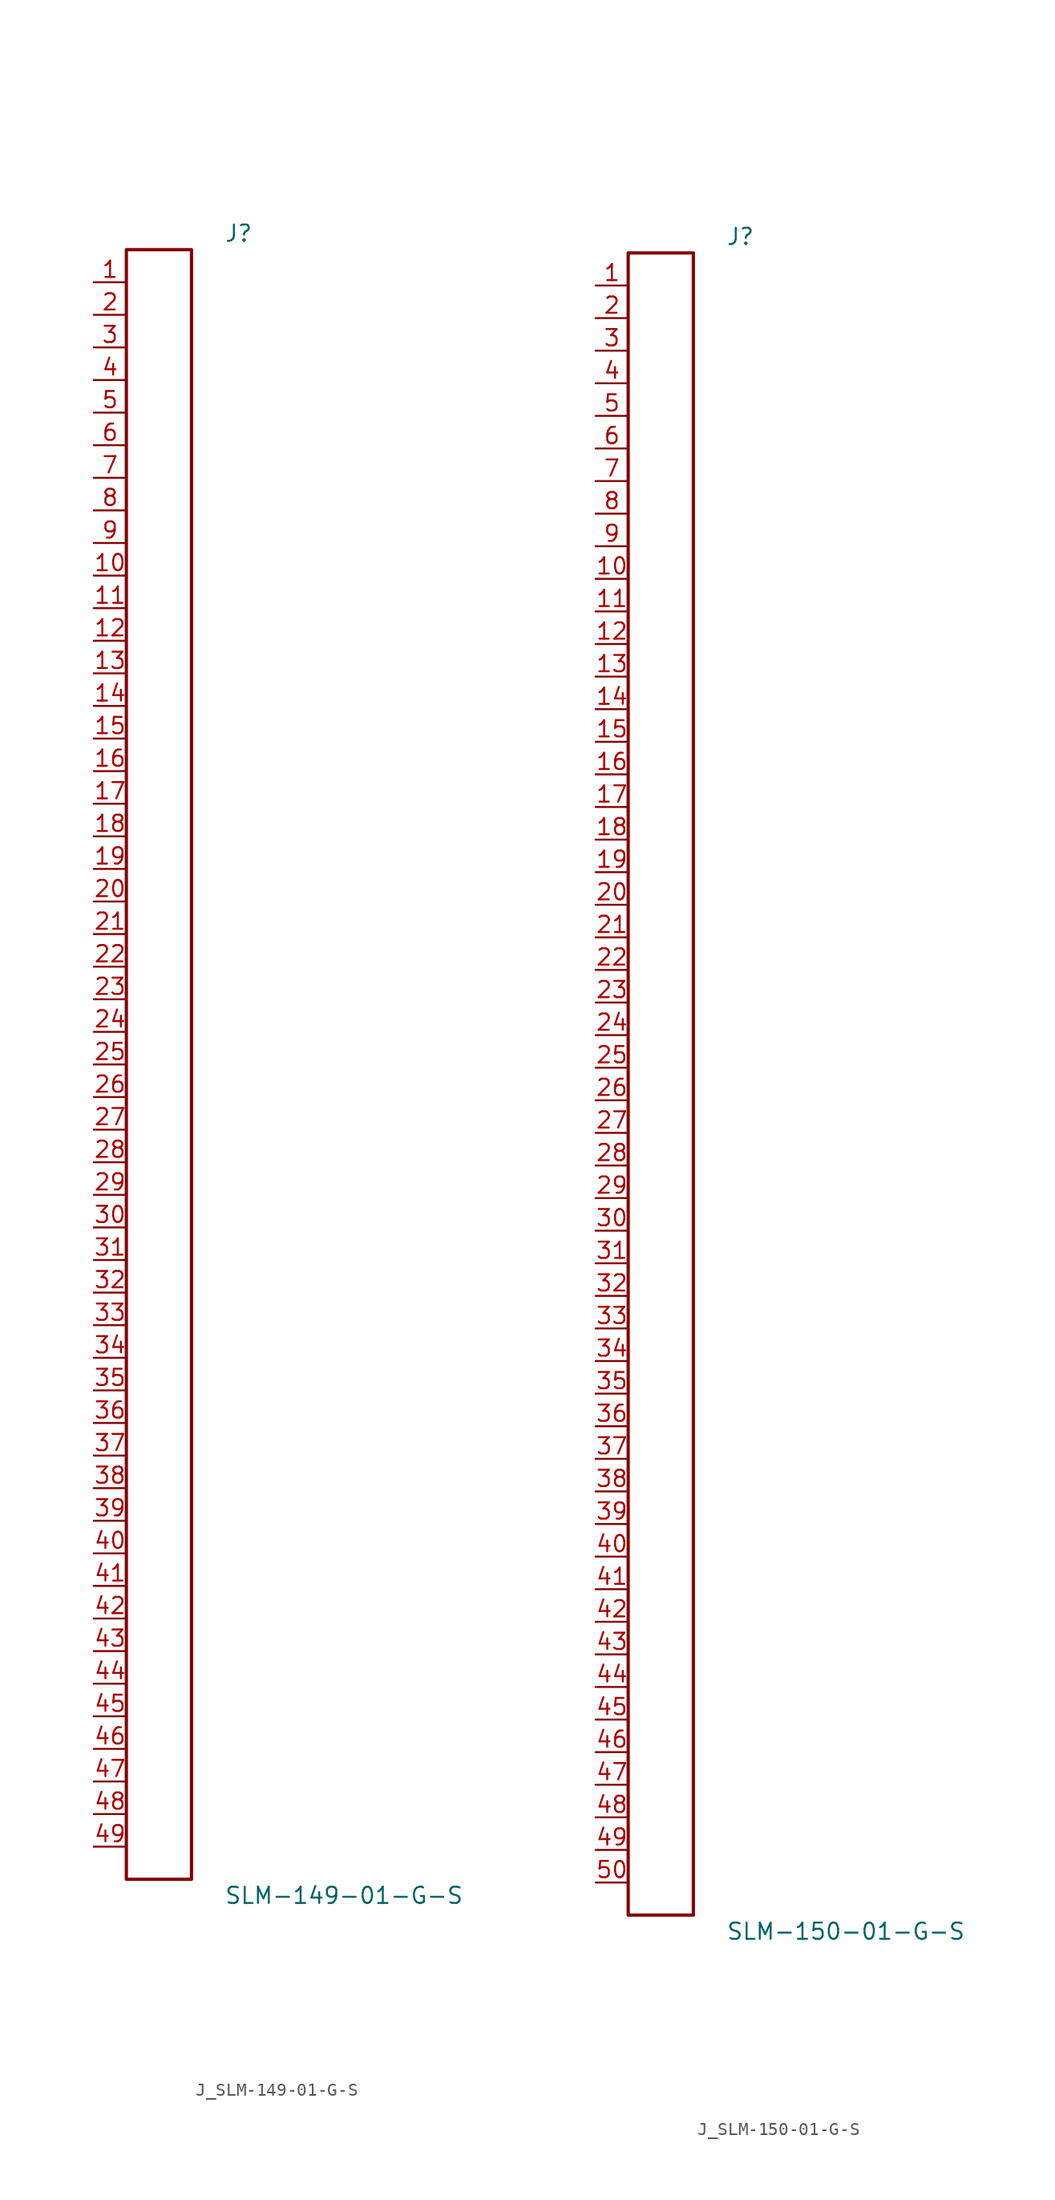
<source format=kicad_sym>
(kicad_symbol_lib
  (version 20231120)
  (generator kicad_symbol_editor)
  (generator_version 8.0)
  (symbol "J_SLM-149-01-G-S"
    (pin_names
      (offset 0.254))
    (property "Reference" "J"
      (at 5.08 64.77 0)
      (effects (font (size 1.27 1.27)) (justify left)))
    (property "Value" "SLM-149-01-G-S"
      (at 5.08 -64.77 0)
      (effects (font (size 1.27 1.27)) (justify left)))
    (symbol "J_SLM-149-01-G-S_0_0"
      (pin passive line (at -5.08 60.96 0) (length 2.54) (name "" (effects (font (size 1.27 1.27)))) (number "1" (effects (font (size 1.27 1.27)))))
      (pin passive line (at -5.08 58.42 0) (length 2.54) (name "" (effects (font (size 1.27 1.27)))) (number "2" (effects (font (size 1.27 1.27)))))
      (pin passive line (at -5.08 55.88 0) (length 2.54) (name "" (effects (font (size 1.27 1.27)))) (number "3" (effects (font (size 1.27 1.27)))))
      (pin passive line (at -5.08 53.34 0) (length 2.54) (name "" (effects (font (size 1.27 1.27)))) (number "4" (effects (font (size 1.27 1.27)))))
      (pin passive line (at -5.08 50.8 0) (length 2.54) (name "" (effects (font (size 1.27 1.27)))) (number "5" (effects (font (size 1.27 1.27)))))
      (pin passive line (at -5.08 48.26 0) (length 2.54) (name "" (effects (font (size 1.27 1.27)))) (number "6" (effects (font (size 1.27 1.27)))))
      (pin passive line (at -5.08 45.72 0) (length 2.54) (name "" (effects (font (size 1.27 1.27)))) (number "7" (effects (font (size 1.27 1.27)))))
      (pin passive line (at -5.08 43.18 0) (length 2.54) (name "" (effects (font (size 1.27 1.27)))) (number "8" (effects (font (size 1.27 1.27)))))
      (pin passive line (at -5.08 40.64 0) (length 2.54) (name "" (effects (font (size 1.27 1.27)))) (number "9" (effects (font (size 1.27 1.27)))))
      (pin passive line (at -5.08 38.1 0) (length 2.54) (name "" (effects (font (size 1.27 1.27)))) (number "10" (effects (font (size 1.27 1.27)))))
      (pin passive line (at -5.08 35.56 0) (length 2.54) (name "" (effects (font (size 1.27 1.27)))) (number "11" (effects (font (size 1.27 1.27)))))
      (pin passive line (at -5.08 33.02 0) (length 2.54) (name "" (effects (font (size 1.27 1.27)))) (number "12" (effects (font (size 1.27 1.27)))))
      (pin passive line (at -5.08 30.48 0) (length 2.54) (name "" (effects (font (size 1.27 1.27)))) (number "13" (effects (font (size 1.27 1.27)))))
      (pin passive line (at -5.08 27.94 0) (length 2.54) (name "" (effects (font (size 1.27 1.27)))) (number "14" (effects (font (size 1.27 1.27)))))
      (pin passive line (at -5.08 25.4 0) (length 2.54) (name "" (effects (font (size 1.27 1.27)))) (number "15" (effects (font (size 1.27 1.27)))))
      (pin passive line (at -5.08 22.86 0) (length 2.54) (name "" (effects (font (size 1.27 1.27)))) (number "16" (effects (font (size 1.27 1.27)))))
      (pin passive line (at -5.08 20.32 0) (length 2.54) (name "" (effects (font (size 1.27 1.27)))) (number "17" (effects (font (size 1.27 1.27)))))
      (pin passive line (at -5.08 17.78 0) (length 2.54) (name "" (effects (font (size 1.27 1.27)))) (number "18" (effects (font (size 1.27 1.27)))))
      (pin passive line (at -5.08 15.24 0) (length 2.54) (name "" (effects (font (size 1.27 1.27)))) (number "19" (effects (font (size 1.27 1.27)))))
      (pin passive line (at -5.08 12.7 0) (length 2.54) (name "" (effects (font (size 1.27 1.27)))) (number "20" (effects (font (size 1.27 1.27)))))
      (pin passive line (at -5.08 10.16 0) (length 2.54) (name "" (effects (font (size 1.27 1.27)))) (number "21" (effects (font (size 1.27 1.27)))))
      (pin passive line (at -5.08 7.62 0) (length 2.54) (name "" (effects (font (size 1.27 1.27)))) (number "22" (effects (font (size 1.27 1.27)))))
      (pin passive line (at -5.08 5.08 0) (length 2.54) (name "" (effects (font (size 1.27 1.27)))) (number "23" (effects (font (size 1.27 1.27)))))
      (pin passive line (at -5.08 2.54 0) (length 2.54) (name "" (effects (font (size 1.27 1.27)))) (number "24" (effects (font (size 1.27 1.27)))))
      (pin passive line (at -5.08 0.0 0) (length 2.54) (name "" (effects (font (size 1.27 1.27)))) (number "25" (effects (font (size 1.27 1.27)))))
      (pin passive line (at -5.08 -2.54 0) (length 2.54) (name "" (effects (font (size 1.27 1.27)))) (number "26" (effects (font (size 1.27 1.27)))))
      (pin passive line (at -5.08 -5.08 0) (length 2.54) (name "" (effects (font (size 1.27 1.27)))) (number "27" (effects (font (size 1.27 1.27)))))
      (pin passive line (at -5.08 -7.62 0) (length 2.54) (name "" (effects (font (size 1.27 1.27)))) (number "28" (effects (font (size 1.27 1.27)))))
      (pin passive line (at -5.08 -10.16 0) (length 2.54) (name "" (effects (font (size 1.27 1.27)))) (number "29" (effects (font (size 1.27 1.27)))))
      (pin passive line (at -5.08 -12.7 0) (length 2.54) (name "" (effects (font (size 1.27 1.27)))) (number "30" (effects (font (size 1.27 1.27)))))
      (pin passive line (at -5.08 -15.24 0) (length 2.54) (name "" (effects (font (size 1.27 1.27)))) (number "31" (effects (font (size 1.27 1.27)))))
      (pin passive line (at -5.08 -17.78 0) (length 2.54) (name "" (effects (font (size 1.27 1.27)))) (number "32" (effects (font (size 1.27 1.27)))))
      (pin passive line (at -5.08 -20.32 0) (length 2.54) (name "" (effects (font (size 1.27 1.27)))) (number "33" (effects (font (size 1.27 1.27)))))
      (pin passive line (at -5.08 -22.86 0) (length 2.54) (name "" (effects (font (size 1.27 1.27)))) (number "34" (effects (font (size 1.27 1.27)))))
      (pin passive line (at -5.08 -25.4 0) (length 2.54) (name "" (effects (font (size 1.27 1.27)))) (number "35" (effects (font (size 1.27 1.27)))))
      (pin passive line (at -5.08 -27.94 0) (length 2.54) (name "" (effects (font (size 1.27 1.27)))) (number "36" (effects (font (size 1.27 1.27)))))
      (pin passive line (at -5.08 -30.48 0) (length 2.54) (name "" (effects (font (size 1.27 1.27)))) (number "37" (effects (font (size 1.27 1.27)))))
      (pin passive line (at -5.08 -33.02 0) (length 2.54) (name "" (effects (font (size 1.27 1.27)))) (number "38" (effects (font (size 1.27 1.27)))))
      (pin passive line (at -5.08 -35.56 0) (length 2.54) (name "" (effects (font (size 1.27 1.27)))) (number "39" (effects (font (size 1.27 1.27)))))
      (pin passive line (at -5.08 -38.1 0) (length 2.54) (name "" (effects (font (size 1.27 1.27)))) (number "40" (effects (font (size 1.27 1.27)))))
      (pin passive line (at -5.08 -40.64 0) (length 2.54) (name "" (effects (font (size 1.27 1.27)))) (number "41" (effects (font (size 1.27 1.27)))))
      (pin passive line (at -5.08 -43.18 0) (length 2.54) (name "" (effects (font (size 1.27 1.27)))) (number "42" (effects (font (size 1.27 1.27)))))
      (pin passive line (at -5.08 -45.72 0) (length 2.54) (name "" (effects (font (size 1.27 1.27)))) (number "43" (effects (font (size 1.27 1.27)))))
      (pin passive line (at -5.08 -48.26 0) (length 2.54) (name "" (effects (font (size 1.27 1.27)))) (number "44" (effects (font (size 1.27 1.27)))))
      (pin passive line (at -5.08 -50.8 0) (length 2.54) (name "" (effects (font (size 1.27 1.27)))) (number "45" (effects (font (size 1.27 1.27)))))
      (pin passive line (at -5.08 -53.34 0) (length 2.54) (name "" (effects (font (size 1.27 1.27)))) (number "46" (effects (font (size 1.27 1.27)))))
      (pin passive line (at -5.08 -55.88 0) (length 2.54) (name "" (effects (font (size 1.27 1.27)))) (number "47" (effects (font (size 1.27 1.27)))))
      (pin passive line (at -5.08 -58.42 0) (length 2.54) (name "" (effects (font (size 1.27 1.27)))) (number "48" (effects (font (size 1.27 1.27)))))
      (pin passive line (at -5.08 -60.96 0) (length 2.54) (name "" (effects (font (size 1.27 1.27)))) (number "49" (effects (font (size 1.27 1.27))))))
    (symbol "J_SLM-149-01-G-S_1_0"
      (rectangle (start -2.54 63.5) (end 2.54 -63.5) (stroke (width 0.254) (type solid)) (fill (type none)))))
  (symbol "J_SLM-150-01-G-S"
    (pin_names
      (offset 0.254))
    (property "Reference" "J"
      (at 5.08 66.04 0)
      (effects (font (size 1.27 1.27)) (justify left)))
    (property "Value" "SLM-150-01-G-S"
      (at 5.08 -66.04 0)
      (effects (font (size 1.27 1.27)) (justify left)))
    (symbol "J_SLM-150-01-G-S_0_0"
      (pin passive line (at -5.08 62.23 0) (length 2.54) (name "" (effects (font (size 1.27 1.27)))) (number "1" (effects (font (size 1.27 1.27)))))
      (pin passive line (at -5.08 59.69 0) (length 2.54) (name "" (effects (font (size 1.27 1.27)))) (number "2" (effects (font (size 1.27 1.27)))))
      (pin passive line (at -5.08 57.15 0) (length 2.54) (name "" (effects (font (size 1.27 1.27)))) (number "3" (effects (font (size 1.27 1.27)))))
      (pin passive line (at -5.08 54.61 0) (length 2.54) (name "" (effects (font (size 1.27 1.27)))) (number "4" (effects (font (size 1.27 1.27)))))
      (pin passive line (at -5.08 52.07 0) (length 2.54) (name "" (effects (font (size 1.27 1.27)))) (number "5" (effects (font (size 1.27 1.27)))))
      (pin passive line (at -5.08 49.53 0) (length 2.54) (name "" (effects (font (size 1.27 1.27)))) (number "6" (effects (font (size 1.27 1.27)))))
      (pin passive line (at -5.08 46.99 0) (length 2.54) (name "" (effects (font (size 1.27 1.27)))) (number "7" (effects (font (size 1.27 1.27)))))
      (pin passive line (at -5.08 44.45 0) (length 2.54) (name "" (effects (font (size 1.27 1.27)))) (number "8" (effects (font (size 1.27 1.27)))))
      (pin passive line (at -5.08 41.91 0) (length 2.54) (name "" (effects (font (size 1.27 1.27)))) (number "9" (effects (font (size 1.27 1.27)))))
      (pin passive line (at -5.08 39.37 0) (length 2.54) (name "" (effects (font (size 1.27 1.27)))) (number "10" (effects (font (size 1.27 1.27)))))
      (pin passive line (at -5.08 36.83 0) (length 2.54) (name "" (effects (font (size 1.27 1.27)))) (number "11" (effects (font (size 1.27 1.27)))))
      (pin passive line (at -5.08 34.29 0) (length 2.54) (name "" (effects (font (size 1.27 1.27)))) (number "12" (effects (font (size 1.27 1.27)))))
      (pin passive line (at -5.08 31.75 0) (length 2.54) (name "" (effects (font (size 1.27 1.27)))) (number "13" (effects (font (size 1.27 1.27)))))
      (pin passive line (at -5.08 29.21 0) (length 2.54) (name "" (effects (font (size 1.27 1.27)))) (number "14" (effects (font (size 1.27 1.27)))))
      (pin passive line (at -5.08 26.67 0) (length 2.54) (name "" (effects (font (size 1.27 1.27)))) (number "15" (effects (font (size 1.27 1.27)))))
      (pin passive line (at -5.08 24.13 0) (length 2.54) (name "" (effects (font (size 1.27 1.27)))) (number "16" (effects (font (size 1.27 1.27)))))
      (pin passive line (at -5.08 21.59 0) (length 2.54) (name "" (effects (font (size 1.27 1.27)))) (number "17" (effects (font (size 1.27 1.27)))))
      (pin passive line (at -5.08 19.05 0) (length 2.54) (name "" (effects (font (size 1.27 1.27)))) (number "18" (effects (font (size 1.27 1.27)))))
      (pin passive line (at -5.08 16.51 0) (length 2.54) (name "" (effects (font (size 1.27 1.27)))) (number "19" (effects (font (size 1.27 1.27)))))
      (pin passive line (at -5.08 13.97 0) (length 2.54) (name "" (effects (font (size 1.27 1.27)))) (number "20" (effects (font (size 1.27 1.27)))))
      (pin passive line (at -5.08 11.43 0) (length 2.54) (name "" (effects (font (size 1.27 1.27)))) (number "21" (effects (font (size 1.27 1.27)))))
      (pin passive line (at -5.08 8.89 0) (length 2.54) (name "" (effects (font (size 1.27 1.27)))) (number "22" (effects (font (size 1.27 1.27)))))
      (pin passive line (at -5.08 6.35 0) (length 2.54) (name "" (effects (font (size 1.27 1.27)))) (number "23" (effects (font (size 1.27 1.27)))))
      (pin passive line (at -5.08 3.81 0) (length 2.54) (name "" (effects (font (size 1.27 1.27)))) (number "24" (effects (font (size 1.27 1.27)))))
      (pin passive line (at -5.08 1.27 0) (length 2.54) (name "" (effects (font (size 1.27 1.27)))) (number "25" (effects (font (size 1.27 1.27)))))
      (pin passive line (at -5.08 -1.27 0) (length 2.54) (name "" (effects (font (size 1.27 1.27)))) (number "26" (effects (font (size 1.27 1.27)))))
      (pin passive line (at -5.08 -3.81 0) (length 2.54) (name "" (effects (font (size 1.27 1.27)))) (number "27" (effects (font (size 1.27 1.27)))))
      (pin passive line (at -5.08 -6.35 0) (length 2.54) (name "" (effects (font (size 1.27 1.27)))) (number "28" (effects (font (size 1.27 1.27)))))
      (pin passive line (at -5.08 -8.89 0) (length 2.54) (name "" (effects (font (size 1.27 1.27)))) (number "29" (effects (font (size 1.27 1.27)))))
      (pin passive line (at -5.08 -11.43 0) (length 2.54) (name "" (effects (font (size 1.27 1.27)))) (number "30" (effects (font (size 1.27 1.27)))))
      (pin passive line (at -5.08 -13.97 0) (length 2.54) (name "" (effects (font (size 1.27 1.27)))) (number "31" (effects (font (size 1.27 1.27)))))
      (pin passive line (at -5.08 -16.51 0) (length 2.54) (name "" (effects (font (size 1.27 1.27)))) (number "32" (effects (font (size 1.27 1.27)))))
      (pin passive line (at -5.08 -19.05 0) (length 2.54) (name "" (effects (font (size 1.27 1.27)))) (number "33" (effects (font (size 1.27 1.27)))))
      (pin passive line (at -5.08 -21.59 0) (length 2.54) (name "" (effects (font (size 1.27 1.27)))) (number "34" (effects (font (size 1.27 1.27)))))
      (pin passive line (at -5.08 -24.13 0) (length 2.54) (name "" (effects (font (size 1.27 1.27)))) (number "35" (effects (font (size 1.27 1.27)))))
      (pin passive line (at -5.08 -26.67 0) (length 2.54) (name "" (effects (font (size 1.27 1.27)))) (number "36" (effects (font (size 1.27 1.27)))))
      (pin passive line (at -5.08 -29.21 0) (length 2.54) (name "" (effects (font (size 1.27 1.27)))) (number "37" (effects (font (size 1.27 1.27)))))
      (pin passive line (at -5.08 -31.75 0) (length 2.54) (name "" (effects (font (size 1.27 1.27)))) (number "38" (effects (font (size 1.27 1.27)))))
      (pin passive line (at -5.08 -34.29 0) (length 2.54) (name "" (effects (font (size 1.27 1.27)))) (number "39" (effects (font (size 1.27 1.27)))))
      (pin passive line (at -5.08 -36.83 0) (length 2.54) (name "" (effects (font (size 1.27 1.27)))) (number "40" (effects (font (size 1.27 1.27)))))
      (pin passive line (at -5.08 -39.37 0) (length 2.54) (name "" (effects (font (size 1.27 1.27)))) (number "41" (effects (font (size 1.27 1.27)))))
      (pin passive line (at -5.08 -41.91 0) (length 2.54) (name "" (effects (font (size 1.27 1.27)))) (number "42" (effects (font (size 1.27 1.27)))))
      (pin passive line (at -5.08 -44.45 0) (length 2.54) (name "" (effects (font (size 1.27 1.27)))) (number "43" (effects (font (size 1.27 1.27)))))
      (pin passive line (at -5.08 -46.99 0) (length 2.54) (name "" (effects (font (size 1.27 1.27)))) (number "44" (effects (font (size 1.27 1.27)))))
      (pin passive line (at -5.08 -49.53 0) (length 2.54) (name "" (effects (font (size 1.27 1.27)))) (number "45" (effects (font (size 1.27 1.27)))))
      (pin passive line (at -5.08 -52.07 0) (length 2.54) (name "" (effects (font (size 1.27 1.27)))) (number "46" (effects (font (size 1.27 1.27)))))
      (pin passive line (at -5.08 -54.61 0) (length 2.54) (name "" (effects (font (size 1.27 1.27)))) (number "47" (effects (font (size 1.27 1.27)))))
      (pin passive line (at -5.08 -57.15 0) (length 2.54) (name "" (effects (font (size 1.27 1.27)))) (number "48" (effects (font (size 1.27 1.27)))))
      (pin passive line (at -5.08 -59.69 0) (length 2.54) (name "" (effects (font (size 1.27 1.27)))) (number "49" (effects (font (size 1.27 1.27)))))
      (pin passive line (at -5.08 -62.23 0) (length 2.54) (name "" (effects (font (size 1.27 1.27)))) (number "50" (effects (font (size 1.27 1.27))))))
    (symbol "J_SLM-150-01-G-S_1_0"
      (rectangle (start -2.54 64.77) (end 2.54 -64.77) (stroke (width 0.254) (type solid)) (fill (type none))))))
</source>
